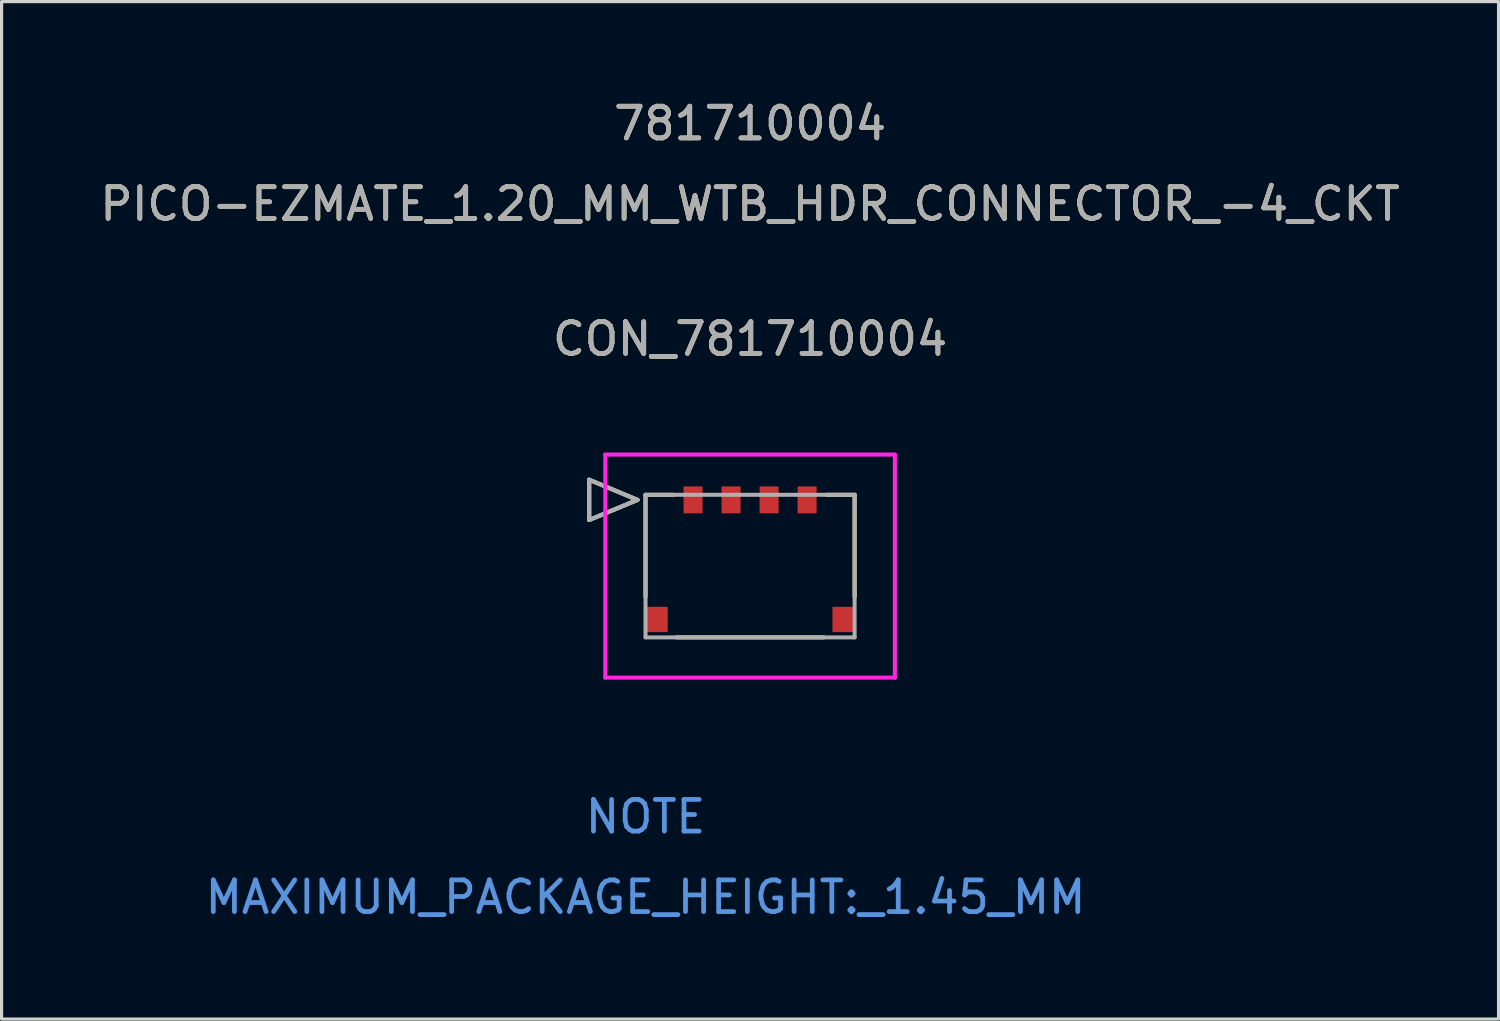
<source format=kicad_pcb>
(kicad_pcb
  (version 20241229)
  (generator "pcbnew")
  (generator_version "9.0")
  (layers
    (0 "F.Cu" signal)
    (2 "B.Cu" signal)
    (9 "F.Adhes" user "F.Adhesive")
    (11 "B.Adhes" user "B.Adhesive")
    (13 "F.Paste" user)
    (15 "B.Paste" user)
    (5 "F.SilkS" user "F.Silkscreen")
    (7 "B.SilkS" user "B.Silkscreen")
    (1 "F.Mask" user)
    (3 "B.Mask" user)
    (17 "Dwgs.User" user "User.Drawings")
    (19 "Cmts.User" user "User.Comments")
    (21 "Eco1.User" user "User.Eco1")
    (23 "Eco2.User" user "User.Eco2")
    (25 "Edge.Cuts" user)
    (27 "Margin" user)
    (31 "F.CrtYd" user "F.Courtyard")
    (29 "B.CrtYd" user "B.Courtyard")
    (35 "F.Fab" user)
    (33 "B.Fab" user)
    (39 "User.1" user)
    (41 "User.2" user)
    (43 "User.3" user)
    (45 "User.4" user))
  (footprint "CON_781710004"
    (layer "F.Cu")
    (at 18.825 12.728)
    (property "Reference" "CON_781710004" (at 1.8 -5.08 0) (unlocked yes) (layer "F.SilkS") (effects (font (size 1 1) (thickness 0.15))))
    (attr smd)
    (fp_line (start -3.278 -0.635) (end -3.278 0.635) (stroke (width 0.127) (type solid)) (layer "F.SilkS"))
    (fp_line (start -3.278 0.635) (end -1.754 0) (stroke (width 0.127) (type solid)) (layer "F.SilkS"))
    (fp_line (start -1.754 0) (end -3.278 -0.635) (stroke (width 0.127) (type solid)) (layer "F.SilkS"))
    (fp_line (start -1.5 -0.16) (end -1.5 3.055) (stroke (width 0.127) (type solid)) (layer "F.SilkS"))
    (fp_line (start -0.62 -0.16) (end -1.5 -0.16) (stroke (width 0.127) (type solid)) (layer "F.SilkS"))
    (fp_line (start -0.526 4.34) (end 4.126 4.34) (stroke (width 0.127) (type solid)) (layer "F.SilkS"))
    (fp_line (start 5.1 -0.16) (end 4.22 -0.16) (stroke (width 0.127) (type solid)) (layer "F.SilkS"))
    (fp_line (start 5.1 3.055) (end 5.1 -0.16) (stroke (width 0.127) (type solid)) (layer "F.SilkS"))
    (fp_line (start -2.77 -1.43) (end -2.77 5.61) (stroke (width 0.127) (type solid)) (layer "F.CrtYd"))
    (fp_line (start -2.77 5.61) (end 6.37 5.61) (stroke (width 0.127) (type solid)) (layer "F.CrtYd"))
    (fp_line (start 6.37 -1.43) (end -2.77 -1.43) (stroke (width 0.127) (type solid)) (layer "F.CrtYd"))
    (fp_line (start 6.37 5.61) (end 6.37 -1.43) (stroke (width 0.127) (type solid)) (layer "F.CrtYd"))
    (fp_line (start -3.278 -0.635) (end -3.278 0.635) (stroke (width 0.127) (type solid)) (layer "F.Fab"))
    (fp_line (start -3.278 -0.635) (end -3.278 0.635) (stroke (width 0.127) (type solid)) (layer "F.Fab"))
    (fp_line (start -3.278 0.635) (end -1.754 0) (stroke (width 0.127) (type solid)) (layer "F.Fab"))
    (fp_line (start -3.278 0.635) (end -1.754 0) (stroke (width 0.127) (type solid)) (layer "F.Fab"))
    (fp_line (start -1.754 0) (end -3.278 -0.635) (stroke (width 0.127) (type solid)) (layer "F.Fab"))
    (fp_line (start -1.754 0) (end -3.278 -0.635) (stroke (width 0.127) (type solid)) (layer "F.Fab"))
    (fp_line (start -1.5 -0.16) (end -1.5 4.34) (stroke (width 0.127) (type solid)) (layer "F.Fab"))
    (fp_line (start -1.5 4.34) (end 5.1 4.34) (stroke (width 0.127) (type solid)) (layer "F.Fab"))
    (fp_line (start 5.1 -0.16) (end -1.5 -0.16) (stroke (width 0.127) (type solid)) (layer "F.Fab"))
    (fp_line (start 5.1 4.34) (end 5.1 -0.16) (stroke (width 0.127) (type solid)) (layer "F.Fab"))
    (fp_text user "PICO-EZMATE_1.20_MM_WTB_HDR_CONNECTOR_-4_CKT" (at 1.8 -9.34 0) (unlocked yes) (layer "F.SilkS") (effects (font (size 1 1) (thickness 0.15))))
    (fp_text user "781710004" (at 1.8 -11.88 0) (unlocked yes) (layer "F.SilkS") (effects (font (size 1 1) (thickness 0.15))))
    (fp_text user "NOTE" (at -1.5 10 0) (unlocked yes) (layer "Cmts.User") (effects (font (size 1 1) (thickness 0.15))))
    (fp_text user "MAXIMUM_PACKAGE_HEIGHT:_1.45_MM" (at -1.5 12.54 0) (unlocked yes) (layer "Cmts.User") (effects (font (size 1 1) (thickness 0.15))))
    (fp_text user "PICO-EZMATE_1.20_MM_WTB_HDR_CONNECTOR_-4_CKT" (at 1.8 -9.34 0) (unlocked yes) (layer "F.Fab") (effects (font (size 1 1) (thickness 0.15))))
    (fp_text user "${REFERENCE}" (at 1.8 -5.08 0) (unlocked yes) (layer "F.Fab") (effects (font (size 1 1) (thickness 0.15))))
    (fp_text user "781710004" (at 1.8 -11.88 0) (unlocked yes) (layer "F.Fab") (effects (font (size 1 1) (thickness 0.15))))
    (pad "1" smd rect (at 0 0) (size 0.6 0.85) (layers "F.Cu" "F.Mask" "F.Paste"))
    (pad "2" smd rect (at 1.2 0) (size 0.6 0.85) (layers "F.Cu" "F.Mask" "F.Paste"))
    (pad "3" smd rect (at 2.4 0) (size 0.6 0.85) (layers "F.Cu" "F.Mask" "F.Paste"))
    (pad "4" smd rect (at 3.6 0) (size 0.6 0.85) (layers "F.Cu" "F.Mask" "F.Paste"))
    (pad "5" smd rect (at -1.15 3.775) (size 0.7 0.8) (layers "F.Cu" "F.Mask" "F.Paste"))
    (pad "6" smd rect (at 4.75 3.775) (size 0.7 0.8) (layers "F.Cu" "F.Mask" "F.Paste")))
  (gr_rect
    (start -3 -3)
    (end 44.25 29.116)
    (stroke (width 0.1) (type default))
    (fill no)
    (layer "Edge.Cuts")))
</source>
